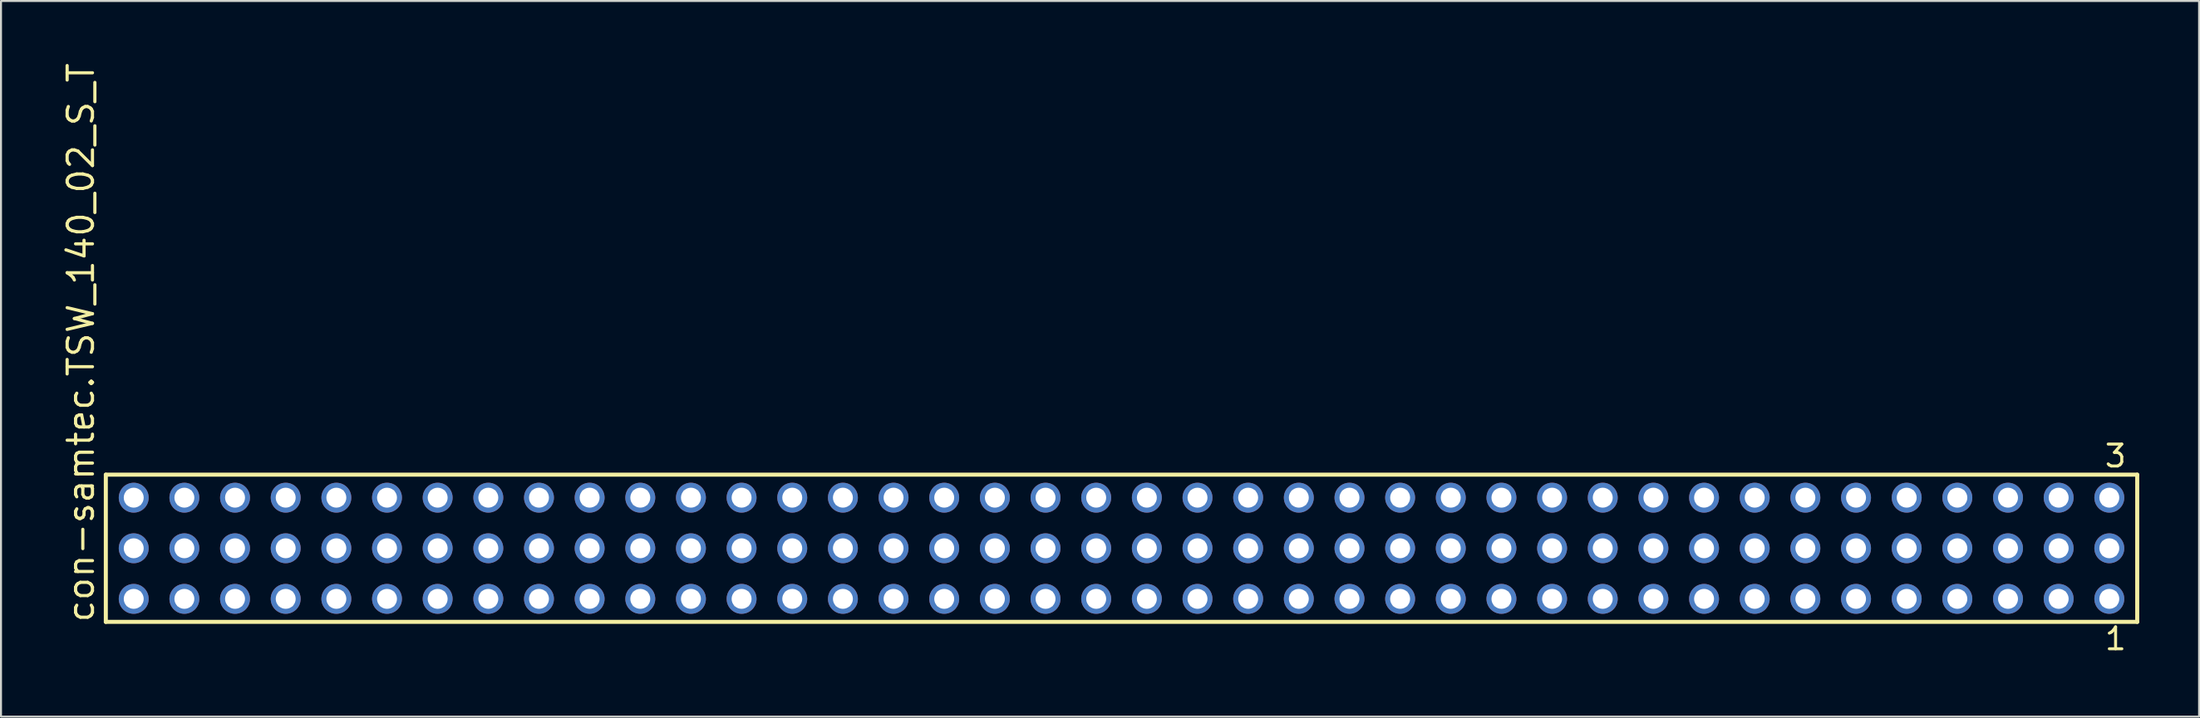
<source format=kicad_pcb>
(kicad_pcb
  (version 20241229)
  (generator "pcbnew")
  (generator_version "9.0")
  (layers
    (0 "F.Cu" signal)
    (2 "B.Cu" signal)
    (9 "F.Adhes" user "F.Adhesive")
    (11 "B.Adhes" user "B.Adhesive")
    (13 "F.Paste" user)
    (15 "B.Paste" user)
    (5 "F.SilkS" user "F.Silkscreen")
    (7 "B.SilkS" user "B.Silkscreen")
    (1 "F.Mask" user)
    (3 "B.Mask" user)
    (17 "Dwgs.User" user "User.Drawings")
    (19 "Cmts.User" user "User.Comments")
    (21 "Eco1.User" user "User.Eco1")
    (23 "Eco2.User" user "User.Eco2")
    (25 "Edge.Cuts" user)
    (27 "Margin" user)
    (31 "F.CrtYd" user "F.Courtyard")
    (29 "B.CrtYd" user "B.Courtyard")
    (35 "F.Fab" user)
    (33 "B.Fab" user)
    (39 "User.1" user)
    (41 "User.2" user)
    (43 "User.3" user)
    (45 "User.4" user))
  (footprint "con-samtec.TSW_140_02_S_T"
    (layer "F.Cu")
    (at 53.185 24.477)
    (property "Reference" "con-samtec.TSW_140_02_S_T" (at -51.435 3.81 90) (layer "F.SilkS") (effects (font (size 1.27 1.27) (thickness 0.16)) (justify left bottom)))
    (attr through_hole)
    (fp_line (start -50.929 -3.695) (end 50.929 -3.695) (stroke (width 0.203) (type default)) (layer "F.SilkS"))
    (fp_line (start -50.929 3.695) (end -50.929 -3.695) (stroke (width 0.203) (type default)) (layer "F.SilkS"))
    (fp_line (start 50.929 -3.695) (end 50.929 3.695) (stroke (width 0.203) (type default)) (layer "F.SilkS"))
    (fp_line (start 50.929 3.695) (end -50.929 3.695) (stroke (width 0.203) (type default)) (layer "F.SilkS"))
    (fp_rect (start -49.88 -2.19) (end -49.18 -2.89) (stroke (width 0.05) (type default)) (fill no) (layer "F.Fab"))
    (fp_rect (start -49.88 0.35) (end -49.18 -0.35) (stroke (width 0.05) (type default)) (fill no) (layer "F.Fab"))
    (fp_rect (start -49.88 2.89) (end -49.18 2.19) (stroke (width 0.05) (type default)) (fill no) (layer "F.Fab"))
    (fp_rect (start -47.34 -2.19) (end -46.64 -2.89) (stroke (width 0.05) (type default)) (fill no) (layer "F.Fab"))
    (fp_rect (start -47.34 0.35) (end -46.64 -0.35) (stroke (width 0.05) (type default)) (fill no) (layer "F.Fab"))
    (fp_rect (start -47.34 2.89) (end -46.64 2.19) (stroke (width 0.05) (type default)) (fill no) (layer "F.Fab"))
    (fp_rect (start -44.8 -2.19) (end -44.1 -2.89) (stroke (width 0.05) (type default)) (fill no) (layer "F.Fab"))
    (fp_rect (start -44.8 0.35) (end -44.1 -0.35) (stroke (width 0.05) (type default)) (fill no) (layer "F.Fab"))
    (fp_rect (start -44.8 2.89) (end -44.1 2.19) (stroke (width 0.05) (type default)) (fill no) (layer "F.Fab"))
    (fp_rect (start -42.26 -2.19) (end -41.56 -2.89) (stroke (width 0.05) (type default)) (fill no) (layer "F.Fab"))
    (fp_rect (start -42.26 0.35) (end -41.56 -0.35) (stroke (width 0.05) (type default)) (fill no) (layer "F.Fab"))
    (fp_rect (start -42.26 2.89) (end -41.56 2.19) (stroke (width 0.05) (type default)) (fill no) (layer "F.Fab"))
    (fp_rect (start -39.72 -2.19) (end -39.02 -2.89) (stroke (width 0.05) (type default)) (fill no) (layer "F.Fab"))
    (fp_rect (start -39.72 0.35) (end -39.02 -0.35) (stroke (width 0.05) (type default)) (fill no) (layer "F.Fab"))
    (fp_rect (start -39.72 2.89) (end -39.02 2.19) (stroke (width 0.05) (type default)) (fill no) (layer "F.Fab"))
    (fp_rect (start -37.18 -2.19) (end -36.48 -2.89) (stroke (width 0.05) (type default)) (fill no) (layer "F.Fab"))
    (fp_rect (start -37.18 0.35) (end -36.48 -0.35) (stroke (width 0.05) (type default)) (fill no) (layer "F.Fab"))
    (fp_rect (start -37.18 2.89) (end -36.48 2.19) (stroke (width 0.05) (type default)) (fill no) (layer "F.Fab"))
    (fp_rect (start -34.64 -2.19) (end -33.94 -2.89) (stroke (width 0.05) (type default)) (fill no) (layer "F.Fab"))
    (fp_rect (start -34.64 0.35) (end -33.94 -0.35) (stroke (width 0.05) (type default)) (fill no) (layer "F.Fab"))
    (fp_rect (start -34.64 2.89) (end -33.94 2.19) (stroke (width 0.05) (type default)) (fill no) (layer "F.Fab"))
    (fp_rect (start -32.1 -2.19) (end -31.4 -2.89) (stroke (width 0.05) (type default)) (fill no) (layer "F.Fab"))
    (fp_rect (start -32.1 0.35) (end -31.4 -0.35) (stroke (width 0.05) (type default)) (fill no) (layer "F.Fab"))
    (fp_rect (start -32.1 2.89) (end -31.4 2.19) (stroke (width 0.05) (type default)) (fill no) (layer "F.Fab"))
    (fp_rect (start -29.56 -2.19) (end -28.86 -2.89) (stroke (width 0.05) (type default)) (fill no) (layer "F.Fab"))
    (fp_rect (start -29.56 0.35) (end -28.86 -0.35) (stroke (width 0.05) (type default)) (fill no) (layer "F.Fab"))
    (fp_rect (start -29.56 2.89) (end -28.86 2.19) (stroke (width 0.05) (type default)) (fill no) (layer "F.Fab"))
    (fp_rect (start -27.02 -2.19) (end -26.32 -2.89) (stroke (width 0.05) (type default)) (fill no) (layer "F.Fab"))
    (fp_rect (start -27.02 0.35) (end -26.32 -0.35) (stroke (width 0.05) (type default)) (fill no) (layer "F.Fab"))
    (fp_rect (start -27.02 2.89) (end -26.32 2.19) (stroke (width 0.05) (type default)) (fill no) (layer "F.Fab"))
    (fp_rect (start -24.48 -2.19) (end -23.78 -2.89) (stroke (width 0.05) (type default)) (fill no) (layer "F.Fab"))
    (fp_rect (start -24.48 0.35) (end -23.78 -0.35) (stroke (width 0.05) (type default)) (fill no) (layer "F.Fab"))
    (fp_rect (start -24.48 2.89) (end -23.78 2.19) (stroke (width 0.05) (type default)) (fill no) (layer "F.Fab"))
    (fp_rect (start -21.94 -2.19) (end -21.24 -2.89) (stroke (width 0.05) (type default)) (fill no) (layer "F.Fab"))
    (fp_rect (start -21.94 0.35) (end -21.24 -0.35) (stroke (width 0.05) (type default)) (fill no) (layer "F.Fab"))
    (fp_rect (start -21.94 2.89) (end -21.24 2.19) (stroke (width 0.05) (type default)) (fill no) (layer "F.Fab"))
    (fp_rect (start -19.4 -2.19) (end -18.7 -2.89) (stroke (width 0.05) (type default)) (fill no) (layer "F.Fab"))
    (fp_rect (start -19.4 0.35) (end -18.7 -0.35) (stroke (width 0.05) (type default)) (fill no) (layer "F.Fab"))
    (fp_rect (start -19.4 2.89) (end -18.7 2.19) (stroke (width 0.05) (type default)) (fill no) (layer "F.Fab"))
    (fp_rect (start -16.86 -2.19) (end -16.16 -2.89) (stroke (width 0.05) (type default)) (fill no) (layer "F.Fab"))
    (fp_rect (start -16.86 0.35) (end -16.16 -0.35) (stroke (width 0.05) (type default)) (fill no) (layer "F.Fab"))
    (fp_rect (start -16.86 2.89) (end -16.16 2.19) (stroke (width 0.05) (type default)) (fill no) (layer "F.Fab"))
    (fp_rect (start -14.32 -2.19) (end -13.62 -2.89) (stroke (width 0.05) (type default)) (fill no) (layer "F.Fab"))
    (fp_rect (start -14.32 0.35) (end -13.62 -0.35) (stroke (width 0.05) (type default)) (fill no) (layer "F.Fab"))
    (fp_rect (start -14.32 2.89) (end -13.62 2.19) (stroke (width 0.05) (type default)) (fill no) (layer "F.Fab"))
    (fp_rect (start -11.78 -2.19) (end -11.08 -2.89) (stroke (width 0.05) (type default)) (fill no) (layer "F.Fab"))
    (fp_rect (start -11.78 0.35) (end -11.08 -0.35) (stroke (width 0.05) (type default)) (fill no) (layer "F.Fab"))
    (fp_rect (start -11.78 2.89) (end -11.08 2.19) (stroke (width 0.05) (type default)) (fill no) (layer "F.Fab"))
    (fp_rect (start -9.24 -2.19) (end -8.54 -2.89) (stroke (width 0.05) (type default)) (fill no) (layer "F.Fab"))
    (fp_rect (start -9.24 0.35) (end -8.54 -0.35) (stroke (width 0.05) (type default)) (fill no) (layer "F.Fab"))
    (fp_rect (start -9.24 2.89) (end -8.54 2.19) (stroke (width 0.05) (type default)) (fill no) (layer "F.Fab"))
    (fp_rect (start -6.7 -2.19) (end -6 -2.89) (stroke (width 0.05) (type default)) (fill no) (layer "F.Fab"))
    (fp_rect (start -6.7 0.35) (end -6 -0.35) (stroke (width 0.05) (type default)) (fill no) (layer "F.Fab"))
    (fp_rect (start -6.7 2.89) (end -6 2.19) (stroke (width 0.05) (type default)) (fill no) (layer "F.Fab"))
    (fp_rect (start -4.16 -2.19) (end -3.46 -2.89) (stroke (width 0.05) (type default)) (fill no) (layer "F.Fab"))
    (fp_rect (start -4.16 0.35) (end -3.46 -0.35) (stroke (width 0.05) (type default)) (fill no) (layer "F.Fab"))
    (fp_rect (start -4.16 2.89) (end -3.46 2.19) (stroke (width 0.05) (type default)) (fill no) (layer "F.Fab"))
    (fp_rect (start -1.62 -2.19) (end -0.92 -2.89) (stroke (width 0.05) (type default)) (fill no) (layer "F.Fab"))
    (fp_rect (start -1.62 0.35) (end -0.92 -0.35) (stroke (width 0.05) (type default)) (fill no) (layer "F.Fab"))
    (fp_rect (start -1.62 2.89) (end -0.92 2.19) (stroke (width 0.05) (type default)) (fill no) (layer "F.Fab"))
    (fp_rect (start 0.92 -2.19) (end 1.62 -2.89) (stroke (width 0.05) (type default)) (fill no) (layer "F.Fab"))
    (fp_rect (start 0.92 0.35) (end 1.62 -0.35) (stroke (width 0.05) (type default)) (fill no) (layer "F.Fab"))
    (fp_rect (start 0.92 2.89) (end 1.62 2.19) (stroke (width 0.05) (type default)) (fill no) (layer "F.Fab"))
    (fp_rect (start 3.46 -2.19) (end 4.16 -2.89) (stroke (width 0.05) (type default)) (fill no) (layer "F.Fab"))
    (fp_rect (start 3.46 0.35) (end 4.16 -0.35) (stroke (width 0.05) (type default)) (fill no) (layer "F.Fab"))
    (fp_rect (start 3.46 2.89) (end 4.16 2.19) (stroke (width 0.05) (type default)) (fill no) (layer "F.Fab"))
    (fp_rect (start 6 -2.19) (end 6.7 -2.89) (stroke (width 0.05) (type default)) (fill no) (layer "F.Fab"))
    (fp_rect (start 6 0.35) (end 6.7 -0.35) (stroke (width 0.05) (type default)) (fill no) (layer "F.Fab"))
    (fp_rect (start 6 2.89) (end 6.7 2.19) (stroke (width 0.05) (type default)) (fill no) (layer "F.Fab"))
    (fp_rect (start 8.54 -2.19) (end 9.24 -2.89) (stroke (width 0.05) (type default)) (fill no) (layer "F.Fab"))
    (fp_rect (start 8.54 0.35) (end 9.24 -0.35) (stroke (width 0.05) (type default)) (fill no) (layer "F.Fab"))
    (fp_rect (start 8.54 2.89) (end 9.24 2.19) (stroke (width 0.05) (type default)) (fill no) (layer "F.Fab"))
    (fp_rect (start 11.08 -2.19) (end 11.78 -2.89) (stroke (width 0.05) (type default)) (fill no) (layer "F.Fab"))
    (fp_rect (start 11.08 0.35) (end 11.78 -0.35) (stroke (width 0.05) (type default)) (fill no) (layer "F.Fab"))
    (fp_rect (start 11.08 2.89) (end 11.78 2.19) (stroke (width 0.05) (type default)) (fill no) (layer "F.Fab"))
    (fp_rect (start 13.62 -2.19) (end 14.32 -2.89) (stroke (width 0.05) (type default)) (fill no) (layer "F.Fab"))
    (fp_rect (start 13.62 0.35) (end 14.32 -0.35) (stroke (width 0.05) (type default)) (fill no) (layer "F.Fab"))
    (fp_rect (start 13.62 2.89) (end 14.32 2.19) (stroke (width 0.05) (type default)) (fill no) (layer "F.Fab"))
    (fp_rect (start 16.16 -2.19) (end 16.86 -2.89) (stroke (width 0.05) (type default)) (fill no) (layer "F.Fab"))
    (fp_rect (start 16.16 0.35) (end 16.86 -0.35) (stroke (width 0.05) (type default)) (fill no) (layer "F.Fab"))
    (fp_rect (start 16.16 2.89) (end 16.86 2.19) (stroke (width 0.05) (type default)) (fill no) (layer "F.Fab"))
    (fp_rect (start 18.7 -2.19) (end 19.4 -2.89) (stroke (width 0.05) (type default)) (fill no) (layer "F.Fab"))
    (fp_rect (start 18.7 0.35) (end 19.4 -0.35) (stroke (width 0.05) (type default)) (fill no) (layer "F.Fab"))
    (fp_rect (start 18.7 2.89) (end 19.4 2.19) (stroke (width 0.05) (type default)) (fill no) (layer "F.Fab"))
    (fp_rect (start 21.24 -2.19) (end 21.94 -2.89) (stroke (width 0.05) (type default)) (fill no) (layer "F.Fab"))
    (fp_rect (start 21.24 0.35) (end 21.94 -0.35) (stroke (width 0.05) (type default)) (fill no) (layer "F.Fab"))
    (fp_rect (start 21.24 2.89) (end 21.94 2.19) (stroke (width 0.05) (type default)) (fill no) (layer "F.Fab"))
    (fp_rect (start 23.78 -2.19) (end 24.48 -2.89) (stroke (width 0.05) (type default)) (fill no) (layer "F.Fab"))
    (fp_rect (start 23.78 0.35) (end 24.48 -0.35) (stroke (width 0.05) (type default)) (fill no) (layer "F.Fab"))
    (fp_rect (start 23.78 2.89) (end 24.48 2.19) (stroke (width 0.05) (type default)) (fill no) (layer "F.Fab"))
    (fp_rect (start 26.32 -2.19) (end 27.02 -2.89) (stroke (width 0.05) (type default)) (fill no) (layer "F.Fab"))
    (fp_rect (start 26.32 0.35) (end 27.02 -0.35) (stroke (width 0.05) (type default)) (fill no) (layer "F.Fab"))
    (fp_rect (start 26.32 2.89) (end 27.02 2.19) (stroke (width 0.05) (type default)) (fill no) (layer "F.Fab"))
    (fp_rect (start 28.86 -2.19) (end 29.56 -2.89) (stroke (width 0.05) (type default)) (fill no) (layer "F.Fab"))
    (fp_rect (start 28.86 0.35) (end 29.56 -0.35) (stroke (width 0.05) (type default)) (fill no) (layer "F.Fab"))
    (fp_rect (start 28.86 2.89) (end 29.56 2.19) (stroke (width 0.05) (type default)) (fill no) (layer "F.Fab"))
    (fp_rect (start 31.4 -2.19) (end 32.1 -2.89) (stroke (width 0.05) (type default)) (fill no) (layer "F.Fab"))
    (fp_rect (start 31.4 0.35) (end 32.1 -0.35) (stroke (width 0.05) (type default)) (fill no) (layer "F.Fab"))
    (fp_rect (start 31.4 2.89) (end 32.1 2.19) (stroke (width 0.05) (type default)) (fill no) (layer "F.Fab"))
    (fp_rect (start 33.94 -2.19) (end 34.64 -2.89) (stroke (width 0.05) (type default)) (fill no) (layer "F.Fab"))
    (fp_rect (start 33.94 0.35) (end 34.64 -0.35) (stroke (width 0.05) (type default)) (fill no) (layer "F.Fab"))
    (fp_rect (start 33.94 2.89) (end 34.64 2.19) (stroke (width 0.05) (type default)) (fill no) (layer "F.Fab"))
    (fp_rect (start 36.48 -2.19) (end 37.18 -2.89) (stroke (width 0.05) (type default)) (fill no) (layer "F.Fab"))
    (fp_rect (start 36.48 0.35) (end 37.18 -0.35) (stroke (width 0.05) (type default)) (fill no) (layer "F.Fab"))
    (fp_rect (start 36.48 2.89) (end 37.18 2.19) (stroke (width 0.05) (type default)) (fill no) (layer "F.Fab"))
    (fp_rect (start 39.02 -2.19) (end 39.72 -2.89) (stroke (width 0.05) (type default)) (fill no) (layer "F.Fab"))
    (fp_rect (start 39.02 0.35) (end 39.72 -0.35) (stroke (width 0.05) (type default)) (fill no) (layer "F.Fab"))
    (fp_rect (start 39.02 2.89) (end 39.72 2.19) (stroke (width 0.05) (type default)) (fill no) (layer "F.Fab"))
    (fp_rect (start 41.56 -2.19) (end 42.26 -2.89) (stroke (width 0.05) (type default)) (fill no) (layer "F.Fab"))
    (fp_rect (start 41.56 0.35) (end 42.26 -0.35) (stroke (width 0.05) (type default)) (fill no) (layer "F.Fab"))
    (fp_rect (start 41.56 2.89) (end 42.26 2.19) (stroke (width 0.05) (type default)) (fill no) (layer "F.Fab"))
    (fp_rect (start 44.1 -2.19) (end 44.8 -2.89) (stroke (width 0.05) (type default)) (fill no) (layer "F.Fab"))
    (fp_rect (start 44.1 0.35) (end 44.8 -0.35) (stroke (width 0.05) (type default)) (fill no) (layer "F.Fab"))
    (fp_rect (start 44.1 2.89) (end 44.8 2.19) (stroke (width 0.05) (type default)) (fill no) (layer "F.Fab"))
    (fp_rect (start 46.64 -2.19) (end 47.34 -2.89) (stroke (width 0.05) (type default)) (fill no) (layer "F.Fab"))
    (fp_rect (start 46.64 0.35) (end 47.34 -0.35) (stroke (width 0.05) (type default)) (fill no) (layer "F.Fab"))
    (fp_rect (start 46.64 2.89) (end 47.34 2.19) (stroke (width 0.05) (type default)) (fill no) (layer "F.Fab"))
    (fp_rect (start 49.18 -2.19) (end 49.88 -2.89) (stroke (width 0.05) (type default)) (fill no) (layer "F.Fab"))
    (fp_rect (start 49.18 0.35) (end 49.88 -0.35) (stroke (width 0.05) (type default)) (fill no) (layer "F.Fab"))
    (fp_rect (start 49.18 2.89) (end 49.88 2.19) (stroke (width 0.05) (type default)) (fill no) (layer "F.Fab"))
    (fp_text user "1" (at 49.222 5.188 0) (layer "F.SilkS") (effects (font (size 1.1 1.1) (thickness 0.15)) (justify left bottom)))
    (fp_text user "3" (at 49.218 -3.989 0) (layer "F.SilkS") (effects (font (size 1.1 1.1) (thickness 0.15)) (justify left bottom)))
    (pad "1" thru_hole circle (at 49.53 2.54 180) (size 1.5 1.5) (drill 1) (layers "*.Cu" "*.Mask"))
    (pad "2" thru_hole circle (at 49.53 0 180) (size 1.5 1.5) (drill 1) (layers "*.Cu" "*.Mask"))
    (pad "3" thru_hole circle (at 49.53 -2.54 180) (size 1.5 1.5) (drill 1) (layers "*.Cu" "*.Mask"))
    (pad "4" thru_hole circle (at 46.99 2.54 180) (size 1.5 1.5) (drill 1) (layers "*.Cu" "*.Mask"))
    (pad "5" thru_hole circle (at 46.99 0 180) (size 1.5 1.5) (drill 1) (layers "*.Cu" "*.Mask"))
    (pad "6" thru_hole circle (at 46.99 -2.54 180) (size 1.5 1.5) (drill 1) (layers "*.Cu" "*.Mask"))
    (pad "7" thru_hole circle (at 44.45 2.54 180) (size 1.5 1.5) (drill 1) (layers "*.Cu" "*.Mask"))
    (pad "8" thru_hole circle (at 44.45 0 180) (size 1.5 1.5) (drill 1) (layers "*.Cu" "*.Mask"))
    (pad "9" thru_hole circle (at 44.45 -2.54 180) (size 1.5 1.5) (drill 1) (layers "*.Cu" "*.Mask"))
    (pad "10" thru_hole circle (at 41.91 2.54 180) (size 1.5 1.5) (drill 1) (layers "*.Cu" "*.Mask"))
    (pad "11" thru_hole circle (at 41.91 0 180) (size 1.5 1.5) (drill 1) (layers "*.Cu" "*.Mask"))
    (pad "12" thru_hole circle (at 41.91 -2.54 180) (size 1.5 1.5) (drill 1) (layers "*.Cu" "*.Mask"))
    (pad "13" thru_hole circle (at 39.37 2.54 180) (size 1.5 1.5) (drill 1) (layers "*.Cu" "*.Mask"))
    (pad "14" thru_hole circle (at 39.37 0 180) (size 1.5 1.5) (drill 1) (layers "*.Cu" "*.Mask"))
    (pad "15" thru_hole circle (at 39.37 -2.54 180) (size 1.5 1.5) (drill 1) (layers "*.Cu" "*.Mask"))
    (pad "16" thru_hole circle (at 36.83 2.54 180) (size 1.5 1.5) (drill 1) (layers "*.Cu" "*.Mask"))
    (pad "17" thru_hole circle (at 36.83 0 180) (size 1.5 1.5) (drill 1) (layers "*.Cu" "*.Mask"))
    (pad "18" thru_hole circle (at 36.83 -2.54 180) (size 1.5 1.5) (drill 1) (layers "*.Cu" "*.Mask"))
    (pad "19" thru_hole circle (at 34.29 2.54 180) (size 1.5 1.5) (drill 1) (layers "*.Cu" "*.Mask"))
    (pad "20" thru_hole circle (at 34.29 0 180) (size 1.5 1.5) (drill 1) (layers "*.Cu" "*.Mask"))
    (pad "21" thru_hole circle (at 34.29 -2.54 180) (size 1.5 1.5) (drill 1) (layers "*.Cu" "*.Mask"))
    (pad "22" thru_hole circle (at 31.75 2.54 180) (size 1.5 1.5) (drill 1) (layers "*.Cu" "*.Mask"))
    (pad "23" thru_hole circle (at 31.75 0 180) (size 1.5 1.5) (drill 1) (layers "*.Cu" "*.Mask"))
    (pad "24" thru_hole circle (at 31.75 -2.54 180) (size 1.5 1.5) (drill 1) (layers "*.Cu" "*.Mask"))
    (pad "25" thru_hole circle (at 29.21 2.54 180) (size 1.5 1.5) (drill 1) (layers "*.Cu" "*.Mask"))
    (pad "26" thru_hole circle (at 29.21 0 180) (size 1.5 1.5) (drill 1) (layers "*.Cu" "*.Mask"))
    (pad "27" thru_hole circle (at 29.21 -2.54 180) (size 1.5 1.5) (drill 1) (layers "*.Cu" "*.Mask"))
    (pad "28" thru_hole circle (at 26.67 2.54 180) (size 1.5 1.5) (drill 1) (layers "*.Cu" "*.Mask"))
    (pad "29" thru_hole circle (at 26.67 0 180) (size 1.5 1.5) (drill 1) (layers "*.Cu" "*.Mask"))
    (pad "30" thru_hole circle (at 26.67 -2.54 180) (size 1.5 1.5) (drill 1) (layers "*.Cu" "*.Mask"))
    (pad "31" thru_hole circle (at 24.13 2.54 180) (size 1.5 1.5) (drill 1) (layers "*.Cu" "*.Mask"))
    (pad "32" thru_hole circle (at 24.13 0 180) (size 1.5 1.5) (drill 1) (layers "*.Cu" "*.Mask"))
    (pad "33" thru_hole circle (at 24.13 -2.54 180) (size 1.5 1.5) (drill 1) (layers "*.Cu" "*.Mask"))
    (pad "34" thru_hole circle (at 21.59 2.54 180) (size 1.5 1.5) (drill 1) (layers "*.Cu" "*.Mask"))
    (pad "35" thru_hole circle (at 21.59 0 180) (size 1.5 1.5) (drill 1) (layers "*.Cu" "*.Mask"))
    (pad "36" thru_hole circle (at 21.59 -2.54 180) (size 1.5 1.5) (drill 1) (layers "*.Cu" "*.Mask"))
    (pad "37" thru_hole circle (at 19.05 2.54 180) (size 1.5 1.5) (drill 1) (layers "*.Cu" "*.Mask"))
    (pad "38" thru_hole circle (at 19.05 0 180) (size 1.5 1.5) (drill 1) (layers "*.Cu" "*.Mask"))
    (pad "39" thru_hole circle (at 19.05 -2.54 180) (size 1.5 1.5) (drill 1) (layers "*.Cu" "*.Mask"))
    (pad "40" thru_hole circle (at 16.51 2.54 180) (size 1.5 1.5) (drill 1) (layers "*.Cu" "*.Mask"))
    (pad "41" thru_hole circle (at 16.51 0 180) (size 1.5 1.5) (drill 1) (layers "*.Cu" "*.Mask"))
    (pad "42" thru_hole circle (at 16.51 -2.54 180) (size 1.5 1.5) (drill 1) (layers "*.Cu" "*.Mask"))
    (pad "43" thru_hole circle (at 13.97 2.54 180) (size 1.5 1.5) (drill 1) (layers "*.Cu" "*.Mask"))
    (pad "44" thru_hole circle (at 13.97 0 180) (size 1.5 1.5) (drill 1) (layers "*.Cu" "*.Mask"))
    (pad "45" thru_hole circle (at 13.97 -2.54 180) (size 1.5 1.5) (drill 1) (layers "*.Cu" "*.Mask"))
    (pad "46" thru_hole circle (at 11.43 2.54 180) (size 1.5 1.5) (drill 1) (layers "*.Cu" "*.Mask"))
    (pad "47" thru_hole circle (at 11.43 0 180) (size 1.5 1.5) (drill 1) (layers "*.Cu" "*.Mask"))
    (pad "48" thru_hole circle (at 11.43 -2.54 180) (size 1.5 1.5) (drill 1) (layers "*.Cu" "*.Mask"))
    (pad "49" thru_hole circle (at 8.89 2.54 180) (size 1.5 1.5) (drill 1) (layers "*.Cu" "*.Mask"))
    (pad "50" thru_hole circle (at 8.89 0 180) (size 1.5 1.5) (drill 1) (layers "*.Cu" "*.Mask"))
    (pad "51" thru_hole circle (at 8.89 -2.54 180) (size 1.5 1.5) (drill 1) (layers "*.Cu" "*.Mask"))
    (pad "52" thru_hole circle (at 6.35 2.54 180) (size 1.5 1.5) (drill 1) (layers "*.Cu" "*.Mask"))
    (pad "53" thru_hole circle (at 6.35 0 180) (size 1.5 1.5) (drill 1) (layers "*.Cu" "*.Mask"))
    (pad "54" thru_hole circle (at 6.35 -2.54 180) (size 1.5 1.5) (drill 1) (layers "*.Cu" "*.Mask"))
    (pad "55" thru_hole circle (at 3.81 2.54 180) (size 1.5 1.5) (drill 1) (layers "*.Cu" "*.Mask"))
    (pad "56" thru_hole circle (at 3.81 0 180) (size 1.5 1.5) (drill 1) (layers "*.Cu" "*.Mask"))
    (pad "57" thru_hole circle (at 3.81 -2.54 180) (size 1.5 1.5) (drill 1) (layers "*.Cu" "*.Mask"))
    (pad "58" thru_hole circle (at 1.27 2.54 180) (size 1.5 1.5) (drill 1) (layers "*.Cu" "*.Mask"))
    (pad "59" thru_hole circle (at 1.27 0 180) (size 1.5 1.5) (drill 1) (layers "*.Cu" "*.Mask"))
    (pad "60" thru_hole circle (at 1.27 -2.54 180) (size 1.5 1.5) (drill 1) (layers "*.Cu" "*.Mask"))
    (pad "61" thru_hole circle (at -1.27 2.54 180) (size 1.5 1.5) (drill 1) (layers "*.Cu" "*.Mask"))
    (pad "62" thru_hole circle (at -1.27 0 180) (size 1.5 1.5) (drill 1) (layers "*.Cu" "*.Mask"))
    (pad "63" thru_hole circle (at -1.27 -2.54 180) (size 1.5 1.5) (drill 1) (layers "*.Cu" "*.Mask"))
    (pad "64" thru_hole circle (at -3.81 2.54 180) (size 1.5 1.5) (drill 1) (layers "*.Cu" "*.Mask"))
    (pad "65" thru_hole circle (at -3.81 0 180) (size 1.5 1.5) (drill 1) (layers "*.Cu" "*.Mask"))
    (pad "66" thru_hole circle (at -3.81 -2.54 180) (size 1.5 1.5) (drill 1) (layers "*.Cu" "*.Mask"))
    (pad "67" thru_hole circle (at -6.35 2.54 180) (size 1.5 1.5) (drill 1) (layers "*.Cu" "*.Mask"))
    (pad "68" thru_hole circle (at -6.35 0 180) (size 1.5 1.5) (drill 1) (layers "*.Cu" "*.Mask"))
    (pad "69" thru_hole circle (at -6.35 -2.54 180) (size 1.5 1.5) (drill 1) (layers "*.Cu" "*.Mask"))
    (pad "70" thru_hole circle (at -8.89 2.54 180) (size 1.5 1.5) (drill 1) (layers "*.Cu" "*.Mask"))
    (pad "71" thru_hole circle (at -8.89 0 180) (size 1.5 1.5) (drill 1) (layers "*.Cu" "*.Mask"))
    (pad "72" thru_hole circle (at -8.89 -2.54 180) (size 1.5 1.5) (drill 1) (layers "*.Cu" "*.Mask"))
    (pad "73" thru_hole circle (at -11.43 2.54 180) (size 1.5 1.5) (drill 1) (layers "*.Cu" "*.Mask"))
    (pad "74" thru_hole circle (at -11.43 0 180) (size 1.5 1.5) (drill 1) (layers "*.Cu" "*.Mask"))
    (pad "75" thru_hole circle (at -11.43 -2.54 180) (size 1.5 1.5) (drill 1) (layers "*.Cu" "*.Mask"))
    (pad "76" thru_hole circle (at -13.97 2.54 180) (size 1.5 1.5) (drill 1) (layers "*.Cu" "*.Mask"))
    (pad "77" thru_hole circle (at -13.97 0 180) (size 1.5 1.5) (drill 1) (layers "*.Cu" "*.Mask"))
    (pad "78" thru_hole circle (at -13.97 -2.54 180) (size 1.5 1.5) (drill 1) (layers "*.Cu" "*.Mask"))
    (pad "79" thru_hole circle (at -16.51 2.54 180) (size 1.5 1.5) (drill 1) (layers "*.Cu" "*.Mask"))
    (pad "80" thru_hole circle (at -16.51 0 180) (size 1.5 1.5) (drill 1) (layers "*.Cu" "*.Mask"))
    (pad "81" thru_hole circle (at -16.51 -2.54 180) (size 1.5 1.5) (drill 1) (layers "*.Cu" "*.Mask"))
    (pad "82" thru_hole circle (at -19.05 2.54 180) (size 1.5 1.5) (drill 1) (layers "*.Cu" "*.Mask"))
    (pad "83" thru_hole circle (at -19.05 0 180) (size 1.5 1.5) (drill 1) (layers "*.Cu" "*.Mask"))
    (pad "84" thru_hole circle (at -19.05 -2.54 180) (size 1.5 1.5) (drill 1) (layers "*.Cu" "*.Mask"))
    (pad "85" thru_hole circle (at -21.59 2.54 180) (size 1.5 1.5) (drill 1) (layers "*.Cu" "*.Mask"))
    (pad "86" thru_hole circle (at -21.59 0 180) (size 1.5 1.5) (drill 1) (layers "*.Cu" "*.Mask"))
    (pad "87" thru_hole circle (at -21.59 -2.54 180) (size 1.5 1.5) (drill 1) (layers "*.Cu" "*.Mask"))
    (pad "88" thru_hole circle (at -24.13 2.54 180) (size 1.5 1.5) (drill 1) (layers "*.Cu" "*.Mask"))
    (pad "89" thru_hole circle (at -24.13 0 180) (size 1.5 1.5) (drill 1) (layers "*.Cu" "*.Mask"))
    (pad "90" thru_hole circle (at -24.13 -2.54 180) (size 1.5 1.5) (drill 1) (layers "*.Cu" "*.Mask"))
    (pad "91" thru_hole circle (at -26.67 2.54 180) (size 1.5 1.5) (drill 1) (layers "*.Cu" "*.Mask"))
    (pad "92" thru_hole circle (at -26.67 0 180) (size 1.5 1.5) (drill 1) (layers "*.Cu" "*.Mask"))
    (pad "93" thru_hole circle (at -26.67 -2.54 180) (size 1.5 1.5) (drill 1) (layers "*.Cu" "*.Mask"))
    (pad "94" thru_hole circle (at -29.21 2.54 180) (size 1.5 1.5) (drill 1) (layers "*.Cu" "*.Mask"))
    (pad "95" thru_hole circle (at -29.21 0 180) (size 1.5 1.5) (drill 1) (layers "*.Cu" "*.Mask"))
    (pad "96" thru_hole circle (at -29.21 -2.54 180) (size 1.5 1.5) (drill 1) (layers "*.Cu" "*.Mask"))
    (pad "97" thru_hole circle (at -31.75 2.54 180) (size 1.5 1.5) (drill 1) (layers "*.Cu" "*.Mask"))
    (pad "98" thru_hole circle (at -31.75 0 180) (size 1.5 1.5) (drill 1) (layers "*.Cu" "*.Mask"))
    (pad "99" thru_hole circle (at -31.75 -2.54 180) (size 1.5 1.5) (drill 1) (layers "*.Cu" "*.Mask"))
    (pad "100" thru_hole circle (at -34.29 2.54 180) (size 1.5 1.5) (drill 1) (layers "*.Cu" "*.Mask"))
    (pad "101" thru_hole circle (at -34.29 0 180) (size 1.5 1.5) (drill 1) (layers "*.Cu" "*.Mask"))
    (pad "102" thru_hole circle (at -34.29 -2.54 180) (size 1.5 1.5) (drill 1) (layers "*.Cu" "*.Mask"))
    (pad "103" thru_hole circle (at -36.83 2.54 180) (size 1.5 1.5) (drill 1) (layers "*.Cu" "*.Mask"))
    (pad "104" thru_hole circle (at -36.83 0 180) (size 1.5 1.5) (drill 1) (layers "*.Cu" "*.Mask"))
    (pad "105" thru_hole circle (at -36.83 -2.54 180) (size 1.5 1.5) (drill 1) (layers "*.Cu" "*.Mask"))
    (pad "106" thru_hole circle (at -39.37 2.54 180) (size 1.5 1.5) (drill 1) (layers "*.Cu" "*.Mask"))
    (pad "107" thru_hole circle (at -39.37 0 180) (size 1.5 1.5) (drill 1) (layers "*.Cu" "*.Mask"))
    (pad "108" thru_hole circle (at -39.37 -2.54 180) (size 1.5 1.5) (drill 1) (layers "*.Cu" "*.Mask"))
    (pad "109" thru_hole circle (at -41.91 2.54 180) (size 1.5 1.5) (drill 1) (layers "*.Cu" "*.Mask"))
    (pad "110" thru_hole circle (at -41.91 0 180) (size 1.5 1.5) (drill 1) (layers "*.Cu" "*.Mask"))
    (pad "111" thru_hole circle (at -41.91 -2.54 180) (size 1.5 1.5) (drill 1) (layers "*.Cu" "*.Mask"))
    (pad "112" thru_hole circle (at -44.45 2.54 180) (size 1.5 1.5) (drill 1) (layers "*.Cu" "*.Mask"))
    (pad "113" thru_hole circle (at -44.45 0 180) (size 1.5 1.5) (drill 1) (layers "*.Cu" "*.Mask"))
    (pad "114" thru_hole circle (at -44.45 -2.54 180) (size 1.5 1.5) (drill 1) (layers "*.Cu" "*.Mask"))
    (pad "115" thru_hole circle (at -46.99 2.54 180) (size 1.5 1.5) (drill 1) (layers "*.Cu" "*.Mask"))
    (pad "116" thru_hole circle (at -46.99 0 180) (size 1.5 1.5) (drill 1) (layers "*.Cu" "*.Mask"))
    (pad "117" thru_hole circle (at -46.99 -2.54 180) (size 1.5 1.5) (drill 1) (layers "*.Cu" "*.Mask"))
    (pad "118" thru_hole circle (at -49.53 2.54 180) (size 1.5 1.5) (drill 1) (layers "*.Cu" "*.Mask"))
    (pad "119" thru_hole circle (at -49.53 0 180) (size 1.5 1.5) (drill 1) (layers "*.Cu" "*.Mask"))
    (pad "120" thru_hole circle (at -49.53 -2.54 180) (size 1.5 1.5) (drill 1) (layers "*.Cu" "*.Mask")))
  (gr_rect
    (start -3 -3)
    (end 107.216 32.928)
    (stroke (width 0.1) (type default))
    (fill no)
    (layer "Edge.Cuts")))
</source>
